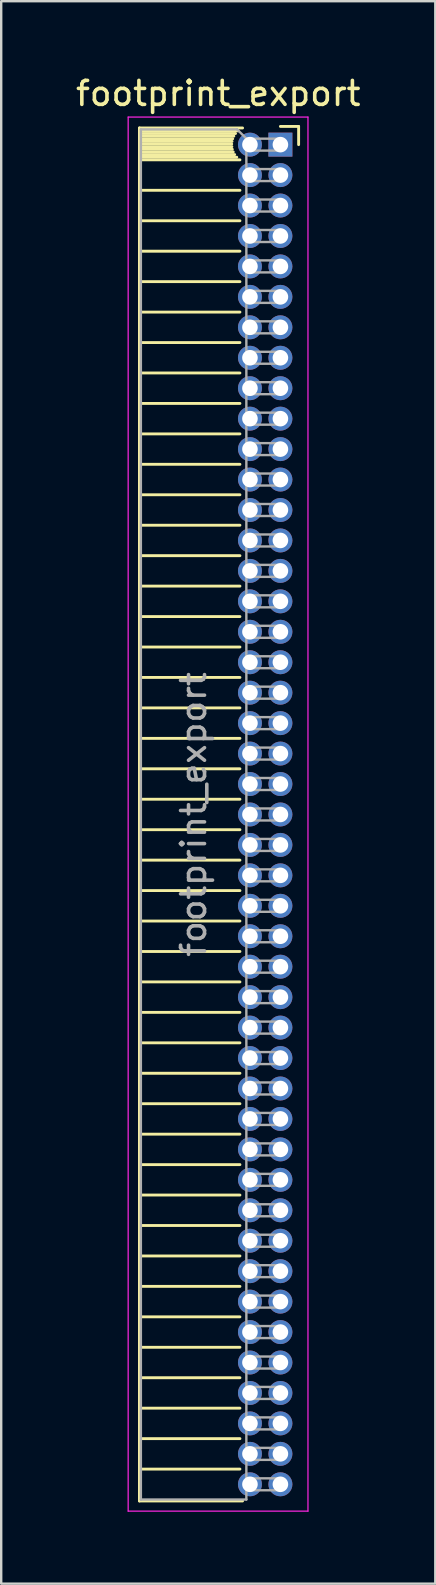
<source format=kicad_pcb>
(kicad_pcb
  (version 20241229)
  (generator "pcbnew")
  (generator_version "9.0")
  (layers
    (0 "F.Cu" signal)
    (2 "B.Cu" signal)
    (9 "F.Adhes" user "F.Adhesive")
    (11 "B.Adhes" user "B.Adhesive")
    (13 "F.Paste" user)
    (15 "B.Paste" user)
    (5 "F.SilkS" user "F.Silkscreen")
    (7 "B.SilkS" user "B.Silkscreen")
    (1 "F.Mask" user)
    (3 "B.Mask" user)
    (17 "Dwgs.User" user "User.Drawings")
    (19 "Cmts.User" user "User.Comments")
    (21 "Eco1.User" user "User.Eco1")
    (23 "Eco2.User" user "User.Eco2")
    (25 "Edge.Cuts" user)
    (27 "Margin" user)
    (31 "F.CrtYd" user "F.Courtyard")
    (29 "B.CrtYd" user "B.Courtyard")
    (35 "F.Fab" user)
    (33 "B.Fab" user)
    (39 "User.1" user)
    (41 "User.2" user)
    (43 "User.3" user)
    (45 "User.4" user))
  (footprint "footprint_export"
    (layer "F.Cu")
    (at 8.646 2.983)
    (property "Reference" "footprint_export" (at -2.592 -2.135 0) (layer "F.SilkS") (effects (font (size 1 1) (thickness 0.15))))
    (attr through_hole)
    (fp_line (start -5.88 -0.695) (end -5.88 56.575) (stroke (width 0.12) (type solid)) (layer "F.SilkS"))
    (fp_line (start -5.88 -0.695) (end -1.578 -0.695) (stroke (width 0.12) (type solid)) (layer "F.SilkS"))
    (fp_line (start -5.88 -0.575) (end -1.767 -0.575) (stroke (width 0.12) (type solid)) (layer "F.SilkS"))
    (fp_line (start -5.88 -0.465) (end -1.871 -0.465) (stroke (width 0.12) (type solid)) (layer "F.SilkS"))
    (fp_line (start -5.88 -0.355) (end -1.942 -0.355) (stroke (width 0.12) (type solid)) (layer "F.SilkS"))
    (fp_line (start -5.88 -0.245) (end -1.989 -0.245) (stroke (width 0.12) (type solid)) (layer "F.SilkS"))
    (fp_line (start -5.88 -0.135) (end -2.018 -0.135) (stroke (width 0.12) (type solid)) (layer "F.SilkS"))
    (fp_line (start -5.88 -0.025) (end -2.03 -0.025) (stroke (width 0.12) (type solid)) (layer "F.SilkS"))
    (fp_line (start -5.88 0.085) (end -2.025 0.085) (stroke (width 0.12) (type solid)) (layer "F.SilkS"))
    (fp_line (start -5.88 0.195) (end -2.005 0.195) (stroke (width 0.12) (type solid)) (layer "F.SilkS"))
    (fp_line (start -5.88 0.305) (end -1.966 0.305) (stroke (width 0.12) (type solid)) (layer "F.SilkS"))
    (fp_line (start -5.88 0.415) (end -1.907 0.415) (stroke (width 0.12) (type solid)) (layer "F.SilkS"))
    (fp_line (start -5.88 0.525) (end -1.82 0.525) (stroke (width 0.12) (type solid)) (layer "F.SilkS"))
    (fp_line (start -5.88 0.635) (end -1.688 0.635) (stroke (width 0.12) (type solid)) (layer "F.SilkS"))
    (fp_line (start -5.88 1.905) (end -1.688 1.905) (stroke (width 0.12) (type solid)) (layer "F.SilkS"))
    (fp_line (start -5.88 3.175) (end -1.688 3.175) (stroke (width 0.12) (type solid)) (layer "F.SilkS"))
    (fp_line (start -5.88 4.445) (end -1.688 4.445) (stroke (width 0.12) (type solid)) (layer "F.SilkS"))
    (fp_line (start -5.88 5.715) (end -1.688 5.715) (stroke (width 0.12) (type solid)) (layer "F.SilkS"))
    (fp_line (start -5.88 6.985) (end -1.688 6.985) (stroke (width 0.12) (type solid)) (layer "F.SilkS"))
    (fp_line (start -5.88 8.255) (end -1.688 8.255) (stroke (width 0.12) (type solid)) (layer "F.SilkS"))
    (fp_line (start -5.88 9.525) (end -1.688 9.525) (stroke (width 0.12) (type solid)) (layer "F.SilkS"))
    (fp_line (start -5.88 10.795) (end -1.688 10.795) (stroke (width 0.12) (type solid)) (layer "F.SilkS"))
    (fp_line (start -5.88 12.065) (end -1.688 12.065) (stroke (width 0.12) (type solid)) (layer "F.SilkS"))
    (fp_line (start -5.88 13.335) (end -1.688 13.335) (stroke (width 0.12) (type solid)) (layer "F.SilkS"))
    (fp_line (start -5.88 14.605) (end -1.688 14.605) (stroke (width 0.12) (type solid)) (layer "F.SilkS"))
    (fp_line (start -5.88 15.875) (end -1.688 15.875) (stroke (width 0.12) (type solid)) (layer "F.SilkS"))
    (fp_line (start -5.88 17.145) (end -1.688 17.145) (stroke (width 0.12) (type solid)) (layer "F.SilkS"))
    (fp_line (start -5.88 18.415) (end -1.688 18.415) (stroke (width 0.12) (type solid)) (layer "F.SilkS"))
    (fp_line (start -5.88 19.685) (end -1.688 19.685) (stroke (width 0.12) (type solid)) (layer "F.SilkS"))
    (fp_line (start -5.88 20.955) (end -1.688 20.955) (stroke (width 0.12) (type solid)) (layer "F.SilkS"))
    (fp_line (start -5.88 22.225) (end -1.688 22.225) (stroke (width 0.12) (type solid)) (layer "F.SilkS"))
    (fp_line (start -5.88 23.495) (end -1.688 23.495) (stroke (width 0.12) (type solid)) (layer "F.SilkS"))
    (fp_line (start -5.88 24.765) (end -1.688 24.765) (stroke (width 0.12) (type solid)) (layer "F.SilkS"))
    (fp_line (start -5.88 26.035) (end -1.688 26.035) (stroke (width 0.12) (type solid)) (layer "F.SilkS"))
    (fp_line (start -5.88 27.305) (end -1.688 27.305) (stroke (width 0.12) (type solid)) (layer "F.SilkS"))
    (fp_line (start -5.88 28.575) (end -1.688 28.575) (stroke (width 0.12) (type solid)) (layer "F.SilkS"))
    (fp_line (start -5.88 29.845) (end -1.688 29.845) (stroke (width 0.12) (type solid)) (layer "F.SilkS"))
    (fp_line (start -5.88 31.115) (end -1.688 31.115) (stroke (width 0.12) (type solid)) (layer "F.SilkS"))
    (fp_line (start -5.88 32.385) (end -1.688 32.385) (stroke (width 0.12) (type solid)) (layer "F.SilkS"))
    (fp_line (start -5.88 33.655) (end -1.688 33.655) (stroke (width 0.12) (type solid)) (layer "F.SilkS"))
    (fp_line (start -5.88 34.925) (end -1.688 34.925) (stroke (width 0.12) (type solid)) (layer "F.SilkS"))
    (fp_line (start -5.88 36.195) (end -1.688 36.195) (stroke (width 0.12) (type solid)) (layer "F.SilkS"))
    (fp_line (start -5.88 37.465) (end -1.688 37.465) (stroke (width 0.12) (type solid)) (layer "F.SilkS"))
    (fp_line (start -5.88 38.735) (end -1.688 38.735) (stroke (width 0.12) (type solid)) (layer "F.SilkS"))
    (fp_line (start -5.88 40.005) (end -1.688 40.005) (stroke (width 0.12) (type solid)) (layer "F.SilkS"))
    (fp_line (start -5.88 41.275) (end -1.688 41.275) (stroke (width 0.12) (type solid)) (layer "F.SilkS"))
    (fp_line (start -5.88 42.545) (end -1.688 42.545) (stroke (width 0.12) (type solid)) (layer "F.SilkS"))
    (fp_line (start -5.88 43.815) (end -1.688 43.815) (stroke (width 0.12) (type solid)) (layer "F.SilkS"))
    (fp_line (start -5.88 45.085) (end -1.688 45.085) (stroke (width 0.12) (type solid)) (layer "F.SilkS"))
    (fp_line (start -5.88 46.355) (end -1.688 46.355) (stroke (width 0.12) (type solid)) (layer "F.SilkS"))
    (fp_line (start -5.88 47.625) (end -1.688 47.625) (stroke (width 0.12) (type solid)) (layer "F.SilkS"))
    (fp_line (start -5.88 48.895) (end -1.688 48.895) (stroke (width 0.12) (type solid)) (layer "F.SilkS"))
    (fp_line (start -5.88 50.165) (end -1.688 50.165) (stroke (width 0.12) (type solid)) (layer "F.SilkS"))
    (fp_line (start -5.88 51.435) (end -1.688 51.435) (stroke (width 0.12) (type solid)) (layer "F.SilkS"))
    (fp_line (start -5.88 52.705) (end -1.688 52.705) (stroke (width 0.12) (type solid)) (layer "F.SilkS"))
    (fp_line (start -5.88 53.975) (end -1.688 53.975) (stroke (width 0.12) (type solid)) (layer "F.SilkS"))
    (fp_line (start -5.88 55.245) (end -1.688 55.245) (stroke (width 0.12) (type solid)) (layer "F.SilkS"))
    (fp_line (start -5.88 56.575) (end -1.578 56.575) (stroke (width 0.12) (type solid)) (layer "F.SilkS"))
    (fp_line (start 0 -0.76) (end 0.76 -0.76) (stroke (width 0.12) (type solid)) (layer "F.SilkS"))
    (fp_line (start 0.76 -0.76) (end 0.76 0) (stroke (width 0.12) (type solid)) (layer "F.SilkS"))
    (fp_line (start -6.35 -1.15) (end -6.35 57) (stroke (width 0.05) (type solid)) (layer "F.CrtYd"))
    (fp_line (start -6.35 57) (end 1.15 57) (stroke (width 0.05) (type solid)) (layer "F.CrtYd"))
    (fp_line (start 1.15 -1.15) (end -6.35 -1.15) (stroke (width 0.05) (type solid)) (layer "F.CrtYd"))
    (fp_line (start 1.15 57) (end 1.15 -1.15) (stroke (width 0.05) (type solid)) (layer "F.CrtYd"))
    (fp_line (start -5.82 -0.635) (end -1.805 -0.635) (stroke (width 0.1) (type solid)) (layer "F.Fab"))
    (fp_line (start -5.82 56.515) (end -5.82 -0.635) (stroke (width 0.1) (type solid)) (layer "F.Fab"))
    (fp_line (start -1.805 -0.635) (end -1.42 -0.25) (stroke (width 0.1) (type solid)) (layer "F.Fab"))
    (fp_line (start -1.42 -0.25) (end -1.42 56.515) (stroke (width 0.1) (type solid)) (layer "F.Fab"))
    (fp_line (start -1.42 0.25) (end 0 0.25) (stroke (width 0.1) (type solid)) (layer "F.Fab"))
    (fp_line (start -1.42 1.52) (end 0 1.52) (stroke (width 0.1) (type solid)) (layer "F.Fab"))
    (fp_line (start -1.42 2.79) (end 0 2.79) (stroke (width 0.1) (type solid)) (layer "F.Fab"))
    (fp_line (start -1.42 4.06) (end 0 4.06) (stroke (width 0.1) (type solid)) (layer "F.Fab"))
    (fp_line (start -1.42 5.33) (end 0 5.33) (stroke (width 0.1) (type solid)) (layer "F.Fab"))
    (fp_line (start -1.42 6.6) (end 0 6.6) (stroke (width 0.1) (type solid)) (layer "F.Fab"))
    (fp_line (start -1.42 7.87) (end 0 7.87) (stroke (width 0.1) (type solid)) (layer "F.Fab"))
    (fp_line (start -1.42 9.14) (end 0 9.14) (stroke (width 0.1) (type solid)) (layer "F.Fab"))
    (fp_line (start -1.42 10.41) (end 0 10.41) (stroke (width 0.1) (type solid)) (layer "F.Fab"))
    (fp_line (start -1.42 11.68) (end 0 11.68) (stroke (width 0.1) (type solid)) (layer "F.Fab"))
    (fp_line (start -1.42 12.95) (end 0 12.95) (stroke (width 0.1) (type solid)) (layer "F.Fab"))
    (fp_line (start -1.42 14.22) (end 0 14.22) (stroke (width 0.1) (type solid)) (layer "F.Fab"))
    (fp_line (start -1.42 15.49) (end 0 15.49) (stroke (width 0.1) (type solid)) (layer "F.Fab"))
    (fp_line (start -1.42 16.76) (end 0 16.76) (stroke (width 0.1) (type solid)) (layer "F.Fab"))
    (fp_line (start -1.42 18.03) (end 0 18.03) (stroke (width 0.1) (type solid)) (layer "F.Fab"))
    (fp_line (start -1.42 19.3) (end 0 19.3) (stroke (width 0.1) (type solid)) (layer "F.Fab"))
    (fp_line (start -1.42 20.57) (end 0 20.57) (stroke (width 0.1) (type solid)) (layer "F.Fab"))
    (fp_line (start -1.42 21.84) (end 0 21.84) (stroke (width 0.1) (type solid)) (layer "F.Fab"))
    (fp_line (start -1.42 23.11) (end 0 23.11) (stroke (width 0.1) (type solid)) (layer "F.Fab"))
    (fp_line (start -1.42 24.38) (end 0 24.38) (stroke (width 0.1) (type solid)) (layer "F.Fab"))
    (fp_line (start -1.42 25.65) (end 0 25.65) (stroke (width 0.1) (type solid)) (layer "F.Fab"))
    (fp_line (start -1.42 26.92) (end 0 26.92) (stroke (width 0.1) (type solid)) (layer "F.Fab"))
    (fp_line (start -1.42 28.19) (end 0 28.19) (stroke (width 0.1) (type solid)) (layer "F.Fab"))
    (fp_line (start -1.42 29.46) (end 0 29.46) (stroke (width 0.1) (type solid)) (layer "F.Fab"))
    (fp_line (start -1.42 30.73) (end 0 30.73) (stroke (width 0.1) (type solid)) (layer "F.Fab"))
    (fp_line (start -1.42 32) (end 0 32) (stroke (width 0.1) (type solid)) (layer "F.Fab"))
    (fp_line (start -1.42 33.27) (end 0 33.27) (stroke (width 0.1) (type solid)) (layer "F.Fab"))
    (fp_line (start -1.42 34.54) (end 0 34.54) (stroke (width 0.1) (type solid)) (layer "F.Fab"))
    (fp_line (start -1.42 35.81) (end 0 35.81) (stroke (width 0.1) (type solid)) (layer "F.Fab"))
    (fp_line (start -1.42 37.08) (end 0 37.08) (stroke (width 0.1) (type solid)) (layer "F.Fab"))
    (fp_line (start -1.42 38.35) (end 0 38.35) (stroke (width 0.1) (type solid)) (layer "F.Fab"))
    (fp_line (start -1.42 39.62) (end 0 39.62) (stroke (width 0.1) (type solid)) (layer "F.Fab"))
    (fp_line (start -1.42 40.89) (end 0 40.89) (stroke (width 0.1) (type solid)) (layer "F.Fab"))
    (fp_line (start -1.42 42.16) (end 0 42.16) (stroke (width 0.1) (type solid)) (layer "F.Fab"))
    (fp_line (start -1.42 43.43) (end 0 43.43) (stroke (width 0.1) (type solid)) (layer "F.Fab"))
    (fp_line (start -1.42 44.7) (end 0 44.7) (stroke (width 0.1) (type solid)) (layer "F.Fab"))
    (fp_line (start -1.42 45.97) (end 0 45.97) (stroke (width 0.1) (type solid)) (layer "F.Fab"))
    (fp_line (start -1.42 47.24) (end 0 47.24) (stroke (width 0.1) (type solid)) (layer "F.Fab"))
    (fp_line (start -1.42 48.51) (end 0 48.51) (stroke (width 0.1) (type solid)) (layer "F.Fab"))
    (fp_line (start -1.42 49.78) (end 0 49.78) (stroke (width 0.1) (type solid)) (layer "F.Fab"))
    (fp_line (start -1.42 51.05) (end 0 51.05) (stroke (width 0.1) (type solid)) (layer "F.Fab"))
    (fp_line (start -1.42 52.32) (end 0 52.32) (stroke (width 0.1) (type solid)) (layer "F.Fab"))
    (fp_line (start -1.42 53.59) (end 0 53.59) (stroke (width 0.1) (type solid)) (layer "F.Fab"))
    (fp_line (start -1.42 54.86) (end 0 54.86) (stroke (width 0.1) (type solid)) (layer "F.Fab"))
    (fp_line (start -1.42 56.13) (end 0 56.13) (stroke (width 0.1) (type solid)) (layer "F.Fab"))
    (fp_line (start -1.42 56.515) (end -5.82 56.515) (stroke (width 0.1) (type solid)) (layer "F.Fab"))
    (fp_line (start 0 -0.25) (end -1.42 -0.25) (stroke (width 0.1) (type solid)) (layer "F.Fab"))
    (fp_line (start 0 0.25) (end 0 -0.25) (stroke (width 0.1) (type solid)) (layer "F.Fab"))
    (fp_line (start 0 1.02) (end -1.42 1.02) (stroke (width 0.1) (type solid)) (layer "F.Fab"))
    (fp_line (start 0 1.52) (end 0 1.02) (stroke (width 0.1) (type solid)) (layer "F.Fab"))
    (fp_line (start 0 2.29) (end -1.42 2.29) (stroke (width 0.1) (type solid)) (layer "F.Fab"))
    (fp_line (start 0 2.79) (end 0 2.29) (stroke (width 0.1) (type solid)) (layer "F.Fab"))
    (fp_line (start 0 3.56) (end -1.42 3.56) (stroke (width 0.1) (type solid)) (layer "F.Fab"))
    (fp_line (start 0 4.06) (end 0 3.56) (stroke (width 0.1) (type solid)) (layer "F.Fab"))
    (fp_line (start 0 4.83) (end -1.42 4.83) (stroke (width 0.1) (type solid)) (layer "F.Fab"))
    (fp_line (start 0 5.33) (end 0 4.83) (stroke (width 0.1) (type solid)) (layer "F.Fab"))
    (fp_line (start 0 6.1) (end -1.42 6.1) (stroke (width 0.1) (type solid)) (layer "F.Fab"))
    (fp_line (start 0 6.6) (end 0 6.1) (stroke (width 0.1) (type solid)) (layer "F.Fab"))
    (fp_line (start 0 7.37) (end -1.42 7.37) (stroke (width 0.1) (type solid)) (layer "F.Fab"))
    (fp_line (start 0 7.87) (end 0 7.37) (stroke (width 0.1) (type solid)) (layer "F.Fab"))
    (fp_line (start 0 8.64) (end -1.42 8.64) (stroke (width 0.1) (type solid)) (layer "F.Fab"))
    (fp_line (start 0 9.14) (end 0 8.64) (stroke (width 0.1) (type solid)) (layer "F.Fab"))
    (fp_line (start 0 9.91) (end -1.42 9.91) (stroke (width 0.1) (type solid)) (layer "F.Fab"))
    (fp_line (start 0 10.41) (end 0 9.91) (stroke (width 0.1) (type solid)) (layer "F.Fab"))
    (fp_line (start 0 11.18) (end -1.42 11.18) (stroke (width 0.1) (type solid)) (layer "F.Fab"))
    (fp_line (start 0 11.68) (end 0 11.18) (stroke (width 0.1) (type solid)) (layer "F.Fab"))
    (fp_line (start 0 12.45) (end -1.42 12.45) (stroke (width 0.1) (type solid)) (layer "F.Fab"))
    (fp_line (start 0 12.95) (end 0 12.45) (stroke (width 0.1) (type solid)) (layer "F.Fab"))
    (fp_line (start 0 13.72) (end -1.42 13.72) (stroke (width 0.1) (type solid)) (layer "F.Fab"))
    (fp_line (start 0 14.22) (end 0 13.72) (stroke (width 0.1) (type solid)) (layer "F.Fab"))
    (fp_line (start 0 14.99) (end -1.42 14.99) (stroke (width 0.1) (type solid)) (layer "F.Fab"))
    (fp_line (start 0 15.49) (end 0 14.99) (stroke (width 0.1) (type solid)) (layer "F.Fab"))
    (fp_line (start 0 16.26) (end -1.42 16.26) (stroke (width 0.1) (type solid)) (layer "F.Fab"))
    (fp_line (start 0 16.76) (end 0 16.26) (stroke (width 0.1) (type solid)) (layer "F.Fab"))
    (fp_line (start 0 17.53) (end -1.42 17.53) (stroke (width 0.1) (type solid)) (layer "F.Fab"))
    (fp_line (start 0 18.03) (end 0 17.53) (stroke (width 0.1) (type solid)) (layer "F.Fab"))
    (fp_line (start 0 18.8) (end -1.42 18.8) (stroke (width 0.1) (type solid)) (layer "F.Fab"))
    (fp_line (start 0 19.3) (end 0 18.8) (stroke (width 0.1) (type solid)) (layer "F.Fab"))
    (fp_line (start 0 20.07) (end -1.42 20.07) (stroke (width 0.1) (type solid)) (layer "F.Fab"))
    (fp_line (start 0 20.57) (end 0 20.07) (stroke (width 0.1) (type solid)) (layer "F.Fab"))
    (fp_line (start 0 21.34) (end -1.42 21.34) (stroke (width 0.1) (type solid)) (layer "F.Fab"))
    (fp_line (start 0 21.84) (end 0 21.34) (stroke (width 0.1) (type solid)) (layer "F.Fab"))
    (fp_line (start 0 22.61) (end -1.42 22.61) (stroke (width 0.1) (type solid)) (layer "F.Fab"))
    (fp_line (start 0 23.11) (end 0 22.61) (stroke (width 0.1) (type solid)) (layer "F.Fab"))
    (fp_line (start 0 23.88) (end -1.42 23.88) (stroke (width 0.1) (type solid)) (layer "F.Fab"))
    (fp_line (start 0 24.38) (end 0 23.88) (stroke (width 0.1) (type solid)) (layer "F.Fab"))
    (fp_line (start 0 25.15) (end -1.42 25.15) (stroke (width 0.1) (type solid)) (layer "F.Fab"))
    (fp_line (start 0 25.65) (end 0 25.15) (stroke (width 0.1) (type solid)) (layer "F.Fab"))
    (fp_line (start 0 26.42) (end -1.42 26.42) (stroke (width 0.1) (type solid)) (layer "F.Fab"))
    (fp_line (start 0 26.92) (end 0 26.42) (stroke (width 0.1) (type solid)) (layer "F.Fab"))
    (fp_line (start 0 27.69) (end -1.42 27.69) (stroke (width 0.1) (type solid)) (layer "F.Fab"))
    (fp_line (start 0 28.19) (end 0 27.69) (stroke (width 0.1) (type solid)) (layer "F.Fab"))
    (fp_line (start 0 28.96) (end -1.42 28.96) (stroke (width 0.1) (type solid)) (layer "F.Fab"))
    (fp_line (start 0 29.46) (end 0 28.96) (stroke (width 0.1) (type solid)) (layer "F.Fab"))
    (fp_line (start 0 30.23) (end -1.42 30.23) (stroke (width 0.1) (type solid)) (layer "F.Fab"))
    (fp_line (start 0 30.73) (end 0 30.23) (stroke (width 0.1) (type solid)) (layer "F.Fab"))
    (fp_line (start 0 31.5) (end -1.42 31.5) (stroke (width 0.1) (type solid)) (layer "F.Fab"))
    (fp_line (start 0 32) (end 0 31.5) (stroke (width 0.1) (type solid)) (layer "F.Fab"))
    (fp_line (start 0 32.77) (end -1.42 32.77) (stroke (width 0.1) (type solid)) (layer "F.Fab"))
    (fp_line (start 0 33.27) (end 0 32.77) (stroke (width 0.1) (type solid)) (layer "F.Fab"))
    (fp_line (start 0 34.04) (end -1.42 34.04) (stroke (width 0.1) (type solid)) (layer "F.Fab"))
    (fp_line (start 0 34.54) (end 0 34.04) (stroke (width 0.1) (type solid)) (layer "F.Fab"))
    (fp_line (start 0 35.31) (end -1.42 35.31) (stroke (width 0.1) (type solid)) (layer "F.Fab"))
    (fp_line (start 0 35.81) (end 0 35.31) (stroke (width 0.1) (type solid)) (layer "F.Fab"))
    (fp_line (start 0 36.58) (end -1.42 36.58) (stroke (width 0.1) (type solid)) (layer "F.Fab"))
    (fp_line (start 0 37.08) (end 0 36.58) (stroke (width 0.1) (type solid)) (layer "F.Fab"))
    (fp_line (start 0 37.85) (end -1.42 37.85) (stroke (width 0.1) (type solid)) (layer "F.Fab"))
    (fp_line (start 0 38.35) (end 0 37.85) (stroke (width 0.1) (type solid)) (layer "F.Fab"))
    (fp_line (start 0 39.12) (end -1.42 39.12) (stroke (width 0.1) (type solid)) (layer "F.Fab"))
    (fp_line (start 0 39.62) (end 0 39.12) (stroke (width 0.1) (type solid)) (layer "F.Fab"))
    (fp_line (start 0 40.39) (end -1.42 40.39) (stroke (width 0.1) (type solid)) (layer "F.Fab"))
    (fp_line (start 0 40.89) (end 0 40.39) (stroke (width 0.1) (type solid)) (layer "F.Fab"))
    (fp_line (start 0 41.66) (end -1.42 41.66) (stroke (width 0.1) (type solid)) (layer "F.Fab"))
    (fp_line (start 0 42.16) (end 0 41.66) (stroke (width 0.1) (type solid)) (layer "F.Fab"))
    (fp_line (start 0 42.93) (end -1.42 42.93) (stroke (width 0.1) (type solid)) (layer "F.Fab"))
    (fp_line (start 0 43.43) (end 0 42.93) (stroke (width 0.1) (type solid)) (layer "F.Fab"))
    (fp_line (start 0 44.2) (end -1.42 44.2) (stroke (width 0.1) (type solid)) (layer "F.Fab"))
    (fp_line (start 0 44.7) (end 0 44.2) (stroke (width 0.1) (type solid)) (layer "F.Fab"))
    (fp_line (start 0 45.47) (end -1.42 45.47) (stroke (width 0.1) (type solid)) (layer "F.Fab"))
    (fp_line (start 0 45.97) (end 0 45.47) (stroke (width 0.1) (type solid)) (layer "F.Fab"))
    (fp_line (start 0 46.74) (end -1.42 46.74) (stroke (width 0.1) (type solid)) (layer "F.Fab"))
    (fp_line (start 0 47.24) (end 0 46.74) (stroke (width 0.1) (type solid)) (layer "F.Fab"))
    (fp_line (start 0 48.01) (end -1.42 48.01) (stroke (width 0.1) (type solid)) (layer "F.Fab"))
    (fp_line (start 0 48.51) (end 0 48.01) (stroke (width 0.1) (type solid)) (layer "F.Fab"))
    (fp_line (start 0 49.28) (end -1.42 49.28) (stroke (width 0.1) (type solid)) (layer "F.Fab"))
    (fp_line (start 0 49.78) (end 0 49.28) (stroke (width 0.1) (type solid)) (layer "F.Fab"))
    (fp_line (start 0 50.55) (end -1.42 50.55) (stroke (width 0.1) (type solid)) (layer "F.Fab"))
    (fp_line (start 0 51.05) (end 0 50.55) (stroke (width 0.1) (type solid)) (layer "F.Fab"))
    (fp_line (start 0 51.82) (end -1.42 51.82) (stroke (width 0.1) (type solid)) (layer "F.Fab"))
    (fp_line (start 0 52.32) (end 0 51.82) (stroke (width 0.1) (type solid)) (layer "F.Fab"))
    (fp_line (start 0 53.09) (end -1.42 53.09) (stroke (width 0.1) (type solid)) (layer "F.Fab"))
    (fp_line (start 0 53.59) (end 0 53.09) (stroke (width 0.1) (type solid)) (layer "F.Fab"))
    (fp_line (start 0 54.36) (end -1.42 54.36) (stroke (width 0.1) (type solid)) (layer "F.Fab"))
    (fp_line (start 0 54.86) (end 0 54.36) (stroke (width 0.1) (type solid)) (layer "F.Fab"))
    (fp_line (start 0 55.63) (end -1.42 55.63) (stroke (width 0.1) (type solid)) (layer "F.Fab"))
    (fp_line (start 0 56.13) (end 0 55.63) (stroke (width 0.1) (type solid)) (layer "F.Fab"))
    (fp_text user "${REFERENCE}" (at -3.62 27.94 90) (layer "F.Fab") (effects (font (size 1 1) (thickness 0.15))))
    (pad "1" thru_hole rect (at 0 0) (size 1 1) (drill 0.65) (layers "*.Cu" "*.Mask"))
    (pad "2" thru_hole oval (at -1.27 0) (size 1 1) (drill 0.65) (layers "*.Cu" "*.Mask"))
    (pad "3" thru_hole oval (at 0 1.27) (size 1 1) (drill 0.65) (layers "*.Cu" "*.Mask"))
    (pad "4" thru_hole oval (at -1.27 1.27) (size 1 1) (drill 0.65) (layers "*.Cu" "*.Mask"))
    (pad "5" thru_hole oval (at 0 2.54) (size 1 1) (drill 0.65) (layers "*.Cu" "*.Mask"))
    (pad "6" thru_hole oval (at -1.27 2.54) (size 1 1) (drill 0.65) (layers "*.Cu" "*.Mask"))
    (pad "7" thru_hole oval (at 0 3.81) (size 1 1) (drill 0.65) (layers "*.Cu" "*.Mask"))
    (pad "8" thru_hole oval (at -1.27 3.81) (size 1 1) (drill 0.65) (layers "*.Cu" "*.Mask"))
    (pad "9" thru_hole oval (at 0 5.08) (size 1 1) (drill 0.65) (layers "*.Cu" "*.Mask"))
    (pad "10" thru_hole oval (at -1.27 5.08) (size 1 1) (drill 0.65) (layers "*.Cu" "*.Mask"))
    (pad "11" thru_hole oval (at 0 6.35) (size 1 1) (drill 0.65) (layers "*.Cu" "*.Mask"))
    (pad "12" thru_hole oval (at -1.27 6.35) (size 1 1) (drill 0.65) (layers "*.Cu" "*.Mask"))
    (pad "13" thru_hole oval (at 0 7.62) (size 1 1) (drill 0.65) (layers "*.Cu" "*.Mask"))
    (pad "14" thru_hole oval (at -1.27 7.62) (size 1 1) (drill 0.65) (layers "*.Cu" "*.Mask"))
    (pad "15" thru_hole oval (at 0 8.89) (size 1 1) (drill 0.65) (layers "*.Cu" "*.Mask"))
    (pad "16" thru_hole oval (at -1.27 8.89) (size 1 1) (drill 0.65) (layers "*.Cu" "*.Mask"))
    (pad "17" thru_hole oval (at 0 10.16) (size 1 1) (drill 0.65) (layers "*.Cu" "*.Mask"))
    (pad "18" thru_hole oval (at -1.27 10.16) (size 1 1) (drill 0.65) (layers "*.Cu" "*.Mask"))
    (pad "19" thru_hole oval (at 0 11.43) (size 1 1) (drill 0.65) (layers "*.Cu" "*.Mask"))
    (pad "20" thru_hole oval (at -1.27 11.43) (size 1 1) (drill 0.65) (layers "*.Cu" "*.Mask"))
    (pad "21" thru_hole oval (at 0 12.7) (size 1 1) (drill 0.65) (layers "*.Cu" "*.Mask"))
    (pad "22" thru_hole oval (at -1.27 12.7) (size 1 1) (drill 0.65) (layers "*.Cu" "*.Mask"))
    (pad "23" thru_hole oval (at 0 13.97) (size 1 1) (drill 0.65) (layers "*.Cu" "*.Mask"))
    (pad "24" thru_hole oval (at -1.27 13.97) (size 1 1) (drill 0.65) (layers "*.Cu" "*.Mask"))
    (pad "25" thru_hole oval (at 0 15.24) (size 1 1) (drill 0.65) (layers "*.Cu" "*.Mask"))
    (pad "26" thru_hole oval (at -1.27 15.24) (size 1 1) (drill 0.65) (layers "*.Cu" "*.Mask"))
    (pad "27" thru_hole oval (at 0 16.51) (size 1 1) (drill 0.65) (layers "*.Cu" "*.Mask"))
    (pad "28" thru_hole oval (at -1.27 16.51) (size 1 1) (drill 0.65) (layers "*.Cu" "*.Mask"))
    (pad "29" thru_hole oval (at 0 17.78) (size 1 1) (drill 0.65) (layers "*.Cu" "*.Mask"))
    (pad "30" thru_hole oval (at -1.27 17.78) (size 1 1) (drill 0.65) (layers "*.Cu" "*.Mask"))
    (pad "31" thru_hole oval (at 0 19.05) (size 1 1) (drill 0.65) (layers "*.Cu" "*.Mask"))
    (pad "32" thru_hole oval (at -1.27 19.05) (size 1 1) (drill 0.65) (layers "*.Cu" "*.Mask"))
    (pad "33" thru_hole oval (at 0 20.32) (size 1 1) (drill 0.65) (layers "*.Cu" "*.Mask"))
    (pad "34" thru_hole oval (at -1.27 20.32) (size 1 1) (drill 0.65) (layers "*.Cu" "*.Mask"))
    (pad "35" thru_hole oval (at 0 21.59) (size 1 1) (drill 0.65) (layers "*.Cu" "*.Mask"))
    (pad "36" thru_hole oval (at -1.27 21.59) (size 1 1) (drill 0.65) (layers "*.Cu" "*.Mask"))
    (pad "37" thru_hole oval (at 0 22.86) (size 1 1) (drill 0.65) (layers "*.Cu" "*.Mask"))
    (pad "38" thru_hole oval (at -1.27 22.86) (size 1 1) (drill 0.65) (layers "*.Cu" "*.Mask"))
    (pad "39" thru_hole oval (at 0 24.13) (size 1 1) (drill 0.65) (layers "*.Cu" "*.Mask"))
    (pad "40" thru_hole oval (at -1.27 24.13) (size 1 1) (drill 0.65) (layers "*.Cu" "*.Mask"))
    (pad "41" thru_hole oval (at 0 25.4) (size 1 1) (drill 0.65) (layers "*.Cu" "*.Mask"))
    (pad "42" thru_hole oval (at -1.27 25.4) (size 1 1) (drill 0.65) (layers "*.Cu" "*.Mask"))
    (pad "43" thru_hole oval (at 0 26.67) (size 1 1) (drill 0.65) (layers "*.Cu" "*.Mask"))
    (pad "44" thru_hole oval (at -1.27 26.67) (size 1 1) (drill 0.65) (layers "*.Cu" "*.Mask"))
    (pad "45" thru_hole oval (at 0 27.94) (size 1 1) (drill 0.65) (layers "*.Cu" "*.Mask"))
    (pad "46" thru_hole oval (at -1.27 27.94) (size 1 1) (drill 0.65) (layers "*.Cu" "*.Mask"))
    (pad "47" thru_hole oval (at 0 29.21) (size 1 1) (drill 0.65) (layers "*.Cu" "*.Mask"))
    (pad "48" thru_hole oval (at -1.27 29.21) (size 1 1) (drill 0.65) (layers "*.Cu" "*.Mask"))
    (pad "49" thru_hole oval (at 0 30.48) (size 1 1) (drill 0.65) (layers "*.Cu" "*.Mask"))
    (pad "50" thru_hole oval (at -1.27 30.48) (size 1 1) (drill 0.65) (layers "*.Cu" "*.Mask"))
    (pad "51" thru_hole oval (at 0 31.75) (size 1 1) (drill 0.65) (layers "*.Cu" "*.Mask"))
    (pad "52" thru_hole oval (at -1.27 31.75) (size 1 1) (drill 0.65) (layers "*.Cu" "*.Mask"))
    (pad "53" thru_hole oval (at 0 33.02) (size 1 1) (drill 0.65) (layers "*.Cu" "*.Mask"))
    (pad "54" thru_hole oval (at -1.27 33.02) (size 1 1) (drill 0.65) (layers "*.Cu" "*.Mask"))
    (pad "55" thru_hole oval (at 0 34.29) (size 1 1) (drill 0.65) (layers "*.Cu" "*.Mask"))
    (pad "56" thru_hole oval (at -1.27 34.29) (size 1 1) (drill 0.65) (layers "*.Cu" "*.Mask"))
    (pad "57" thru_hole oval (at 0 35.56) (size 1 1) (drill 0.65) (layers "*.Cu" "*.Mask"))
    (pad "58" thru_hole oval (at -1.27 35.56) (size 1 1) (drill 0.65) (layers "*.Cu" "*.Mask"))
    (pad "59" thru_hole oval (at 0 36.83) (size 1 1) (drill 0.65) (layers "*.Cu" "*.Mask"))
    (pad "60" thru_hole oval (at -1.27 36.83) (size 1 1) (drill 0.65) (layers "*.Cu" "*.Mask"))
    (pad "61" thru_hole oval (at 0 38.1) (size 1 1) (drill 0.65) (layers "*.Cu" "*.Mask"))
    (pad "62" thru_hole oval (at -1.27 38.1) (size 1 1) (drill 0.65) (layers "*.Cu" "*.Mask"))
    (pad "63" thru_hole oval (at 0 39.37) (size 1 1) (drill 0.65) (layers "*.Cu" "*.Mask"))
    (pad "64" thru_hole oval (at -1.27 39.37) (size 1 1) (drill 0.65) (layers "*.Cu" "*.Mask"))
    (pad "65" thru_hole oval (at 0 40.64) (size 1 1) (drill 0.65) (layers "*.Cu" "*.Mask"))
    (pad "66" thru_hole oval (at -1.27 40.64) (size 1 1) (drill 0.65) (layers "*.Cu" "*.Mask"))
    (pad "67" thru_hole oval (at 0 41.91) (size 1 1) (drill 0.65) (layers "*.Cu" "*.Mask"))
    (pad "68" thru_hole oval (at -1.27 41.91) (size 1 1) (drill 0.65) (layers "*.Cu" "*.Mask"))
    (pad "69" thru_hole oval (at 0 43.18) (size 1 1) (drill 0.65) (layers "*.Cu" "*.Mask"))
    (pad "70" thru_hole oval (at -1.27 43.18) (size 1 1) (drill 0.65) (layers "*.Cu" "*.Mask"))
    (pad "71" thru_hole oval (at 0 44.45) (size 1 1) (drill 0.65) (layers "*.Cu" "*.Mask"))
    (pad "72" thru_hole oval (at -1.27 44.45) (size 1 1) (drill 0.65) (layers "*.Cu" "*.Mask"))
    (pad "73" thru_hole oval (at 0 45.72) (size 1 1) (drill 0.65) (layers "*.Cu" "*.Mask"))
    (pad "74" thru_hole oval (at -1.27 45.72) (size 1 1) (drill 0.65) (layers "*.Cu" "*.Mask"))
    (pad "75" thru_hole oval (at 0 46.99) (size 1 1) (drill 0.65) (layers "*.Cu" "*.Mask"))
    (pad "76" thru_hole oval (at -1.27 46.99) (size 1 1) (drill 0.65) (layers "*.Cu" "*.Mask"))
    (pad "77" thru_hole oval (at 0 48.26) (size 1 1) (drill 0.65) (layers "*.Cu" "*.Mask"))
    (pad "78" thru_hole oval (at -1.27 48.26) (size 1 1) (drill 0.65) (layers "*.Cu" "*.Mask"))
    (pad "79" thru_hole oval (at 0 49.53) (size 1 1) (drill 0.65) (layers "*.Cu" "*.Mask"))
    (pad "80" thru_hole oval (at -1.27 49.53) (size 1 1) (drill 0.65) (layers "*.Cu" "*.Mask"))
    (pad "81" thru_hole oval (at 0 50.8) (size 1 1) (drill 0.65) (layers "*.Cu" "*.Mask"))
    (pad "82" thru_hole oval (at -1.27 50.8) (size 1 1) (drill 0.65) (layers "*.Cu" "*.Mask"))
    (pad "83" thru_hole oval (at 0 52.07) (size 1 1) (drill 0.65) (layers "*.Cu" "*.Mask"))
    (pad "84" thru_hole oval (at -1.27 52.07) (size 1 1) (drill 0.65) (layers "*.Cu" "*.Mask"))
    (pad "85" thru_hole oval (at 0 53.34) (size 1 1) (drill 0.65) (layers "*.Cu" "*.Mask"))
    (pad "86" thru_hole oval (at -1.27 53.34) (size 1 1) (drill 0.65) (layers "*.Cu" "*.Mask"))
    (pad "87" thru_hole oval (at 0 54.61) (size 1 1) (drill 0.65) (layers "*.Cu" "*.Mask"))
    (pad "88" thru_hole oval (at -1.27 54.61) (size 1 1) (drill 0.65) (layers "*.Cu" "*.Mask"))
    (pad "89" thru_hole oval (at 0 55.88) (size 1 1) (drill 0.65) (layers "*.Cu" "*.Mask"))
    (pad "90" thru_hole oval (at -1.27 55.88) (size 1 1) (drill 0.65) (layers "*.Cu" "*.Mask")))
  (gr_rect
    (start -3 -3)
    (end 15.107 63.008)
    (stroke (width 0.1) (type default))
    (fill no)
    (layer "Edge.Cuts")))
</source>
